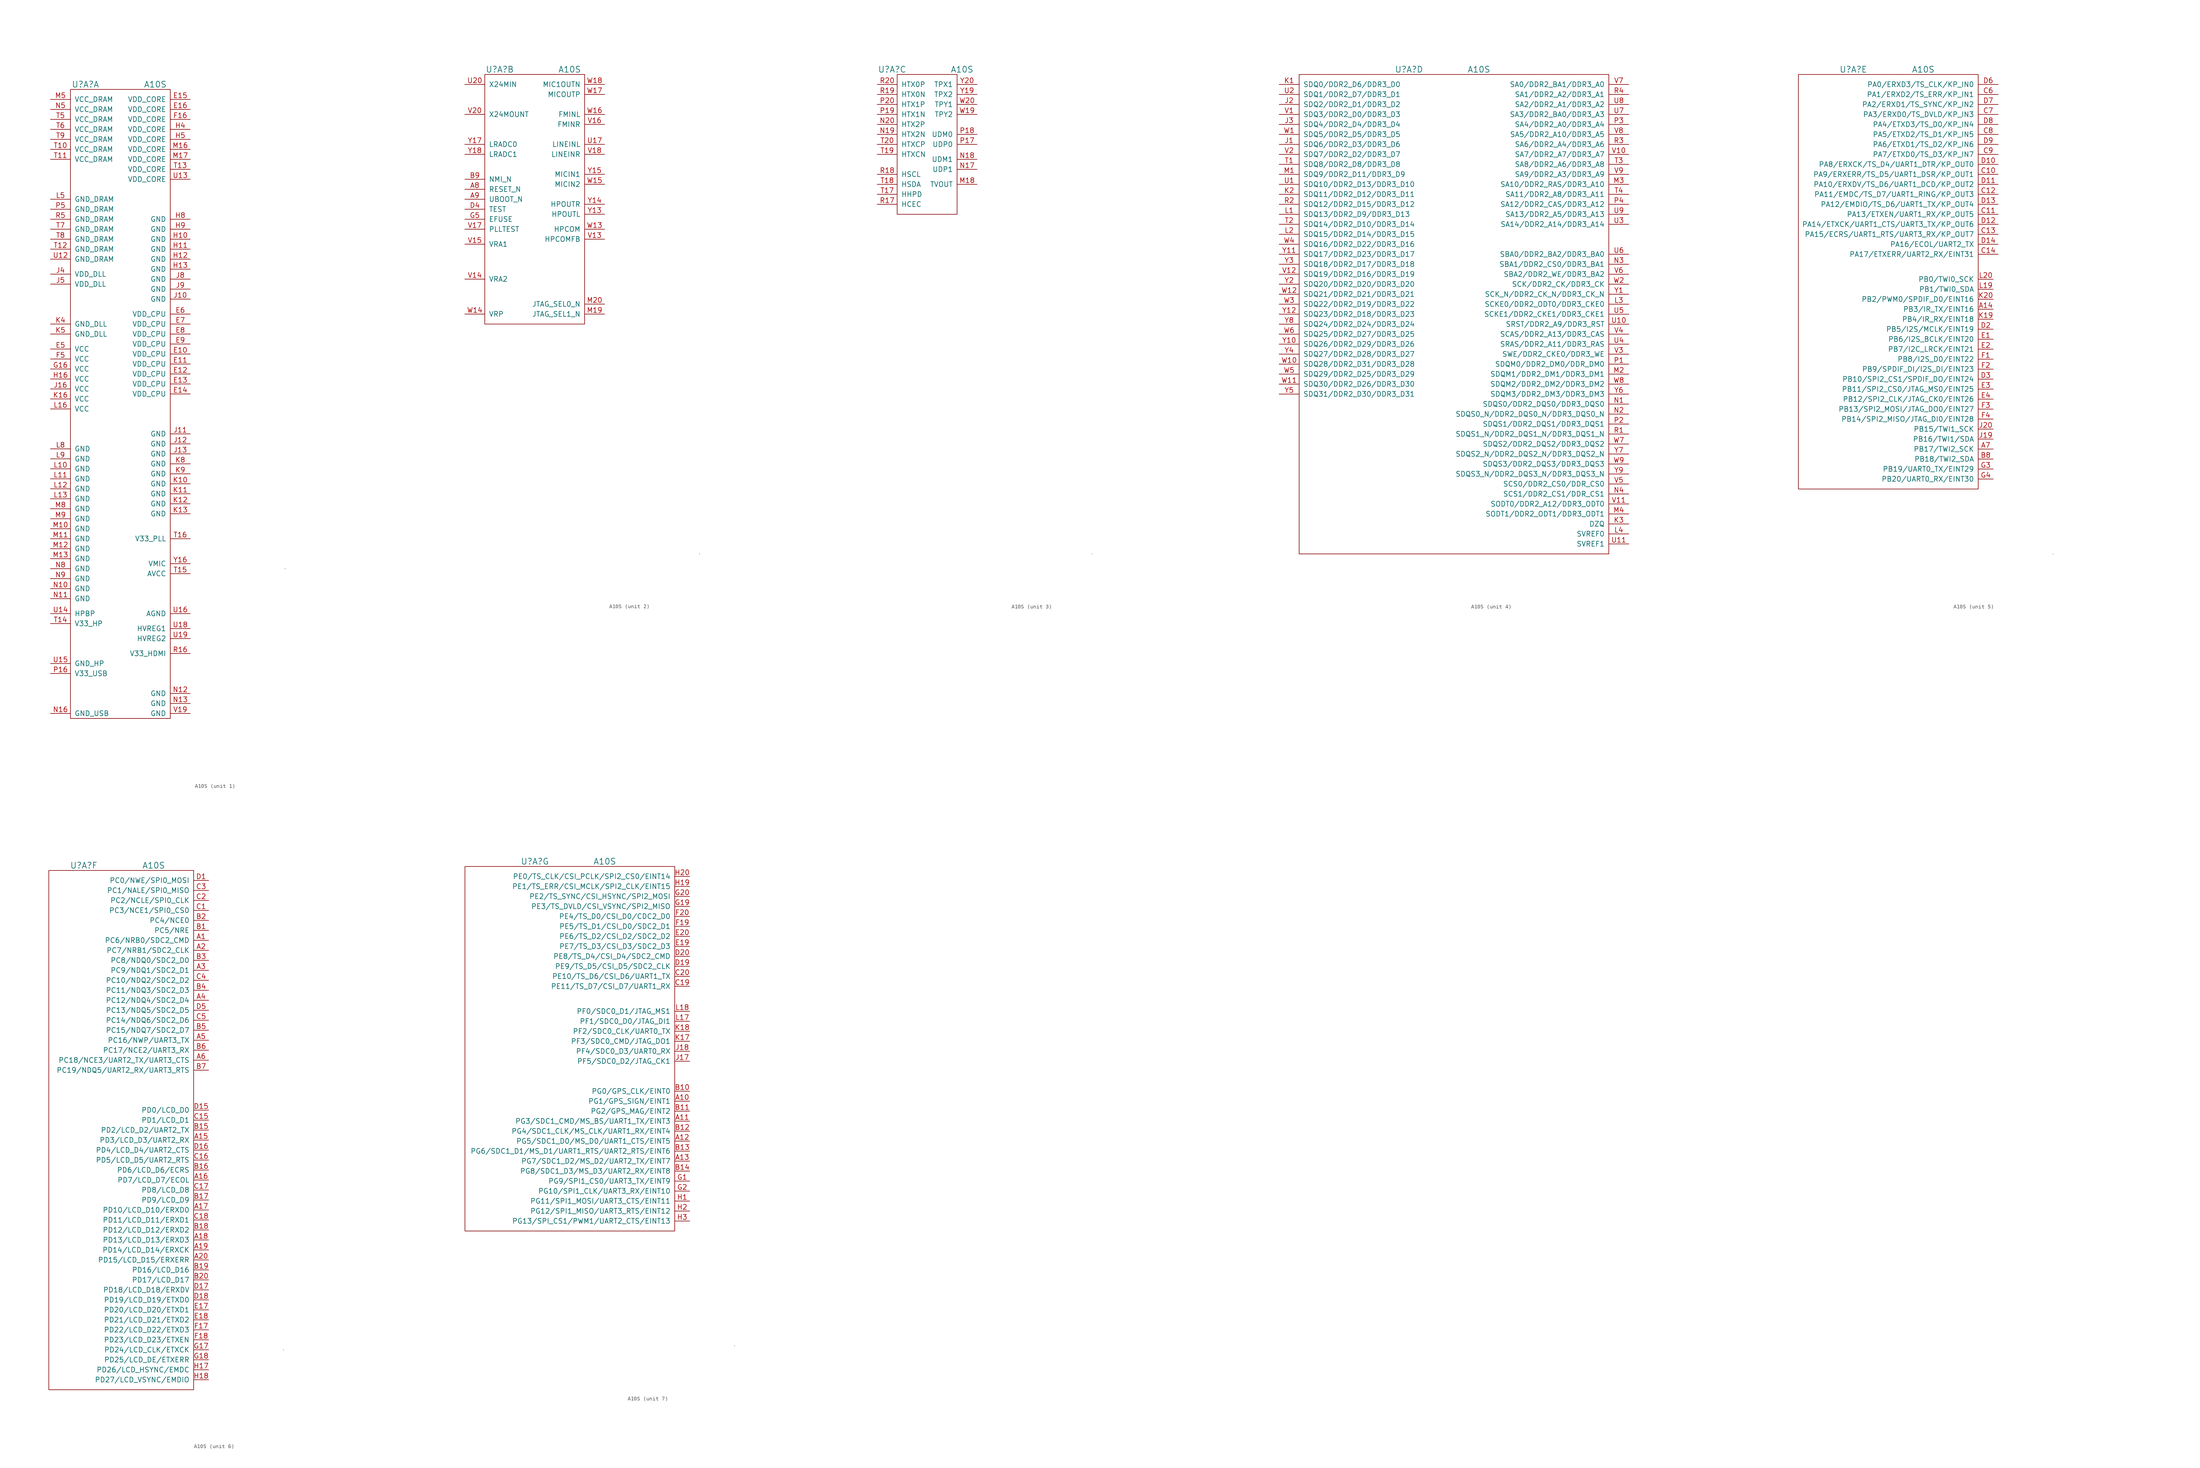
<source format=kicad_sym>
(kicad_symbol_lib
  (version 20211014)
  (generator kicad_symbol_editor)
  (symbol "A10S"
    (pin_names
      (offset 1.016))
    (property "Reference" "U?A"
      (at -8.89 1.27 0)
      (effects (font (size 1.524 1.524))))
    (property "Value" "A10S"
      (at 8.89 1.27 0)
      (effects (font (size 1.524 1.524))))
    (property "Footprint" ""
      (at 66.04 -63.5 0)
      (effects (font (size 1.524 1.524))))
    (property "Datasheet" ""
      (at 66.04 -63.5 0)
      (effects (font (size 1.524 1.524))))
    (property "ki_locked" ""
      (at 0 0 0)
      (effects (font (size 1.27 1.27))))
    (symbol "A10S_0_1"
      (rectangle (start 41.91 -121.92) (end 41.91 -121.92) (stroke (width 0) (type default) (color 0 0 0 0)) (fill (type none))))
    (symbol "A10S_1_1"
      (rectangle (start -12.7 0) (end 12.7 -160.02) (stroke (width 0) (type default) (color 0 0 0 0)) (fill (type none)))
      (pin passive line (at 17.78 -67.31 180) (length 5.08) (name "VDD_CPU" (effects (font (size 1.27 1.27)))) (number "E10" (effects (font (size 1.27 1.27)))))
      (pin passive line (at 17.78 -69.85 180) (length 5.08) (name "VDD_CPU" (effects (font (size 1.27 1.27)))) (number "E11" (effects (font (size 1.27 1.27)))))
      (pin passive line (at 17.78 -72.39 180) (length 5.08) (name "VDD_CPU" (effects (font (size 1.27 1.27)))) (number "E12" (effects (font (size 1.27 1.27)))))
      (pin passive line (at 17.78 -74.93 180) (length 5.08) (name "VDD_CPU" (effects (font (size 1.27 1.27)))) (number "E13" (effects (font (size 1.27 1.27)))))
      (pin passive line (at 17.78 -77.47 180) (length 5.08) (name "VDD_CPU" (effects (font (size 1.27 1.27)))) (number "E14" (effects (font (size 1.27 1.27)))))
      (pin passive line (at 17.78 -2.54 180) (length 5.08) (name "VDD_CORE" (effects (font (size 1.27 1.27)))) (number "E15" (effects (font (size 1.27 1.27)))))
      (pin passive line (at 17.78 -5.08 180) (length 5.08) (name "VDD_CORE" (effects (font (size 1.27 1.27)))) (number "E16" (effects (font (size 1.27 1.27)))))
      (pin passive line (at -17.78 -66.04 0) (length 5.08) (name "VCC" (effects (font (size 1.27 1.27)))) (number "E5" (effects (font (size 1.27 1.27)))))
      (pin passive line (at 17.78 -57.15 180) (length 5.08) (name "VDD_CPU" (effects (font (size 1.27 1.27)))) (number "E6" (effects (font (size 1.27 1.27)))))
      (pin passive line (at 17.78 -59.69 180) (length 5.08) (name "VDD_CPU" (effects (font (size 1.27 1.27)))) (number "E7" (effects (font (size 1.27 1.27)))))
      (pin passive line (at 17.78 -62.23 180) (length 5.08) (name "VDD_CPU" (effects (font (size 1.27 1.27)))) (number "E8" (effects (font (size 1.27 1.27)))))
      (pin passive line (at 17.78 -64.77 180) (length 5.08) (name "VDD_CPU" (effects (font (size 1.27 1.27)))) (number "E9" (effects (font (size 1.27 1.27)))))
      (pin passive line (at 17.78 -7.62 180) (length 5.08) (name "VDD_CORE" (effects (font (size 1.27 1.27)))) (number "F16" (effects (font (size 1.27 1.27)))))
      (pin passive line (at -17.78 -68.58 0) (length 5.08) (name "VCC" (effects (font (size 1.27 1.27)))) (number "F5" (effects (font (size 1.27 1.27)))))
      (pin passive line (at -17.78 -71.12 0) (length 5.08) (name "VCC" (effects (font (size 1.27 1.27)))) (number "G16" (effects (font (size 1.27 1.27)))))
      (pin passive line (at 17.78 -38.1 180) (length 5.08) (name "GND" (effects (font (size 1.27 1.27)))) (number "H10" (effects (font (size 1.27 1.27)))))
      (pin passive line (at 17.78 -40.64 180) (length 5.08) (name "GND" (effects (font (size 1.27 1.27)))) (number "H11" (effects (font (size 1.27 1.27)))))
      (pin passive line (at 17.78 -43.18 180) (length 5.08) (name "GND" (effects (font (size 1.27 1.27)))) (number "H12" (effects (font (size 1.27 1.27)))))
      (pin passive line (at 17.78 -45.72 180) (length 5.08) (name "GND" (effects (font (size 1.27 1.27)))) (number "H13" (effects (font (size 1.27 1.27)))))
      (pin passive line (at -17.78 -73.66 0) (length 5.08) (name "VCC" (effects (font (size 1.27 1.27)))) (number "H16" (effects (font (size 1.27 1.27)))))
      (pin passive line (at 17.78 -10.16 180) (length 5.08) (name "VDD_CORE" (effects (font (size 1.27 1.27)))) (number "H4" (effects (font (size 1.27 1.27)))))
      (pin passive line (at 17.78 -12.7 180) (length 5.08) (name "VDD_CORE" (effects (font (size 1.27 1.27)))) (number "H5" (effects (font (size 1.27 1.27)))))
      (pin passive line (at 17.78 -33.02 180) (length 5.08) (name "GND" (effects (font (size 1.27 1.27)))) (number "H8" (effects (font (size 1.27 1.27)))))
      (pin passive line (at 17.78 -35.56 180) (length 5.08) (name "GND" (effects (font (size 1.27 1.27)))) (number "H9" (effects (font (size 1.27 1.27)))))
      (pin passive line (at 17.78 -53.34 180) (length 5.08) (name "GND" (effects (font (size 1.27 1.27)))) (number "J10" (effects (font (size 1.27 1.27)))))
      (pin passive line (at 17.78 -87.63 180) (length 5.08) (name "GND" (effects (font (size 1.27 1.27)))) (number "J11" (effects (font (size 1.27 1.27)))))
      (pin passive line (at 17.78 -90.17 180) (length 5.08) (name "GND" (effects (font (size 1.27 1.27)))) (number "J12" (effects (font (size 1.27 1.27)))))
      (pin passive line (at 17.78 -92.71 180) (length 5.08) (name "GND" (effects (font (size 1.27 1.27)))) (number "J13" (effects (font (size 1.27 1.27)))))
      (pin passive line (at -17.78 -76.2 0) (length 5.08) (name "VCC" (effects (font (size 1.27 1.27)))) (number "J16" (effects (font (size 1.27 1.27)))))
      (pin passive line (at -17.78 -46.99 0) (length 5.08) (name "VDD_DLL" (effects (font (size 1.27 1.27)))) (number "J4" (effects (font (size 1.27 1.27)))))
      (pin passive line (at -17.78 -49.53 0) (length 5.08) (name "VDD_DLL" (effects (font (size 1.27 1.27)))) (number "J5" (effects (font (size 1.27 1.27)))))
      (pin passive line (at 17.78 -48.26 180) (length 5.08) (name "GND" (effects (font (size 1.27 1.27)))) (number "J8" (effects (font (size 1.27 1.27)))))
      (pin passive line (at 17.78 -50.8 180) (length 5.08) (name "GND" (effects (font (size 1.27 1.27)))) (number "J9" (effects (font (size 1.27 1.27)))))
      (pin passive line (at 17.78 -100.33 180) (length 5.08) (name "GND" (effects (font (size 1.27 1.27)))) (number "K10" (effects (font (size 1.27 1.27)))))
      (pin passive line (at 17.78 -102.87 180) (length 5.08) (name "GND" (effects (font (size 1.27 1.27)))) (number "K11" (effects (font (size 1.27 1.27)))))
      (pin passive line (at 17.78 -105.41 180) (length 5.08) (name "GND" (effects (font (size 1.27 1.27)))) (number "K12" (effects (font (size 1.27 1.27)))))
      (pin passive line (at 17.78 -107.95 180) (length 5.08) (name "GND" (effects (font (size 1.27 1.27)))) (number "K13" (effects (font (size 1.27 1.27)))))
      (pin passive line (at -17.78 -78.74 0) (length 5.08) (name "VCC" (effects (font (size 1.27 1.27)))) (number "K16" (effects (font (size 1.27 1.27)))))
      (pin passive line (at -17.78 -59.69 0) (length 5.08) (name "GND_DLL" (effects (font (size 1.27 1.27)))) (number "K4" (effects (font (size 1.27 1.27)))))
      (pin passive line (at -17.78 -62.23 0) (length 5.08) (name "GND_DLL" (effects (font (size 1.27 1.27)))) (number "K5" (effects (font (size 1.27 1.27)))))
      (pin passive line (at 17.78 -95.25 180) (length 5.08) (name "GND" (effects (font (size 1.27 1.27)))) (number "K8" (effects (font (size 1.27 1.27)))))
      (pin passive line (at 17.78 -97.79 180) (length 5.08) (name "GND" (effects (font (size 1.27 1.27)))) (number "K9" (effects (font (size 1.27 1.27)))))
      (pin passive line (at -17.78 -96.52 0) (length 5.08) (name "GND" (effects (font (size 1.27 1.27)))) (number "L10" (effects (font (size 1.27 1.27)))))
      (pin passive line (at -17.78 -99.06 0) (length 5.08) (name "GND" (effects (font (size 1.27 1.27)))) (number "L11" (effects (font (size 1.27 1.27)))))
      (pin passive line (at -17.78 -101.6 0) (length 5.08) (name "GND" (effects (font (size 1.27 1.27)))) (number "L12" (effects (font (size 1.27 1.27)))))
      (pin passive line (at -17.78 -104.14 0) (length 5.08) (name "GND" (effects (font (size 1.27 1.27)))) (number "L13" (effects (font (size 1.27 1.27)))))
      (pin passive line (at -17.78 -81.28 0) (length 5.08) (name "VCC" (effects (font (size 1.27 1.27)))) (number "L16" (effects (font (size 1.27 1.27)))))
      (pin passive line (at -17.78 -27.94 0) (length 5.08) (name "GND_DRAM" (effects (font (size 1.27 1.27)))) (number "L5" (effects (font (size 1.27 1.27)))))
      (pin passive line (at -17.78 -91.44 0) (length 5.08) (name "GND" (effects (font (size 1.27 1.27)))) (number "L8" (effects (font (size 1.27 1.27)))))
      (pin passive line (at -17.78 -93.98 0) (length 5.08) (name "GND" (effects (font (size 1.27 1.27)))) (number "L9" (effects (font (size 1.27 1.27)))))
      (pin passive line (at -17.78 -111.76 0) (length 5.08) (name "GND" (effects (font (size 1.27 1.27)))) (number "M10" (effects (font (size 1.27 1.27)))))
      (pin passive line (at -17.78 -114.3 0) (length 5.08) (name "GND" (effects (font (size 1.27 1.27)))) (number "M11" (effects (font (size 1.27 1.27)))))
      (pin passive line (at -17.78 -116.84 0) (length 5.08) (name "GND" (effects (font (size 1.27 1.27)))) (number "M12" (effects (font (size 1.27 1.27)))))
      (pin passive line (at -17.78 -119.38 0) (length 5.08) (name "GND" (effects (font (size 1.27 1.27)))) (number "M13" (effects (font (size 1.27 1.27)))))
      (pin passive line (at 17.78 -15.24 180) (length 5.08) (name "VDD_CORE" (effects (font (size 1.27 1.27)))) (number "M16" (effects (font (size 1.27 1.27)))))
      (pin passive line (at 17.78 -17.78 180) (length 5.08) (name "VDD_CORE" (effects (font (size 1.27 1.27)))) (number "M17" (effects (font (size 1.27 1.27)))))
      (pin passive line (at -17.78 -2.54 0) (length 5.08) (name "VCC_DRAM" (effects (font (size 1.27 1.27)))) (number "M5" (effects (font (size 1.27 1.27)))))
      (pin passive line (at -17.78 -106.68 0) (length 5.08) (name "GND" (effects (font (size 1.27 1.27)))) (number "M8" (effects (font (size 1.27 1.27)))))
      (pin passive line (at -17.78 -109.22 0) (length 5.08) (name "GND" (effects (font (size 1.27 1.27)))) (number "M9" (effects (font (size 1.27 1.27)))))
      (pin passive line (at -17.78 -127 0) (length 5.08) (name "GND" (effects (font (size 1.27 1.27)))) (number "N10" (effects (font (size 1.27 1.27)))))
      (pin passive line (at -17.78 -129.54 0) (length 5.08) (name "GND" (effects (font (size 1.27 1.27)))) (number "N11" (effects (font (size 1.27 1.27)))))
      (pin passive line (at 17.78 -153.67 180) (length 5.08) (name "GND" (effects (font (size 1.27 1.27)))) (number "N12" (effects (font (size 1.27 1.27)))))
      (pin passive line (at 17.78 -156.21 180) (length 5.08) (name "GND" (effects (font (size 1.27 1.27)))) (number "N13" (effects (font (size 1.27 1.27)))))
      (pin passive line (at -17.78 -158.75 0) (length 5.08) (name "GND_USB" (effects (font (size 1.27 1.27)))) (number "N16" (effects (font (size 1.27 1.27)))))
      (pin passive line (at -17.78 -5.08 0) (length 5.08) (name "VCC_DRAM" (effects (font (size 1.27 1.27)))) (number "N5" (effects (font (size 1.27 1.27)))))
      (pin passive line (at -17.78 -121.92 0) (length 5.08) (name "GND" (effects (font (size 1.27 1.27)))) (number "N8" (effects (font (size 1.27 1.27)))))
      (pin passive line (at -17.78 -124.46 0) (length 5.08) (name "GND" (effects (font (size 1.27 1.27)))) (number "N9" (effects (font (size 1.27 1.27)))))
      (pin passive line (at -17.78 -148.59 0) (length 5.08) (name "V33_USB" (effects (font (size 1.27 1.27)))) (number "P16" (effects (font (size 1.27 1.27)))))
      (pin passive line (at -17.78 -30.48 0) (length 5.08) (name "GND_DRAM" (effects (font (size 1.27 1.27)))) (number "P5" (effects (font (size 1.27 1.27)))))
      (pin passive line (at 17.78 -143.51 180) (length 5.08) (name "V33_HDMI" (effects (font (size 1.27 1.27)))) (number "R16" (effects (font (size 1.27 1.27)))))
      (pin passive line (at -17.78 -33.02 0) (length 5.08) (name "GND_DRAM" (effects (font (size 1.27 1.27)))) (number "R5" (effects (font (size 1.27 1.27)))))
      (pin passive line (at -17.78 -15.24 0) (length 5.08) (name "VCC_DRAM" (effects (font (size 1.27 1.27)))) (number "T10" (effects (font (size 1.27 1.27)))))
      (pin passive line (at -17.78 -17.78 0) (length 5.08) (name "VCC_DRAM" (effects (font (size 1.27 1.27)))) (number "T11" (effects (font (size 1.27 1.27)))))
      (pin passive line (at -17.78 -40.64 0) (length 5.08) (name "GND_DRAM" (effects (font (size 1.27 1.27)))) (number "T12" (effects (font (size 1.27 1.27)))))
      (pin passive line (at 17.78 -20.32 180) (length 5.08) (name "VDD_CORE" (effects (font (size 1.27 1.27)))) (number "T13" (effects (font (size 1.27 1.27)))))
      (pin passive line (at -17.78 -135.89 0) (length 5.08) (name "V33_HP" (effects (font (size 1.27 1.27)))) (number "T14" (effects (font (size 1.27 1.27)))))
      (pin passive line (at 17.78 -123.19 180) (length 5.08) (name "AVCC" (effects (font (size 1.27 1.27)))) (number "T15" (effects (font (size 1.27 1.27)))))
      (pin passive line (at 17.78 -114.3 180) (length 5.08) (name "V33_PLL" (effects (font (size 1.27 1.27)))) (number "T16" (effects (font (size 1.27 1.27)))))
      (pin passive line (at -17.78 -7.62 0) (length 5.08) (name "VCC_DRAM" (effects (font (size 1.27 1.27)))) (number "T5" (effects (font (size 1.27 1.27)))))
      (pin passive line (at -17.78 -10.16 0) (length 5.08) (name "VCC_DRAM" (effects (font (size 1.27 1.27)))) (number "T6" (effects (font (size 1.27 1.27)))))
      (pin passive line (at -17.78 -35.56 0) (length 5.08) (name "GND_DRAM" (effects (font (size 1.27 1.27)))) (number "T7" (effects (font (size 1.27 1.27)))))
      (pin passive line (at -17.78 -38.1 0) (length 5.08) (name "GND_DRAM" (effects (font (size 1.27 1.27)))) (number "T8" (effects (font (size 1.27 1.27)))))
      (pin passive line (at -17.78 -12.7 0) (length 5.08) (name "VCC_DRAM" (effects (font (size 1.27 1.27)))) (number "T9" (effects (font (size 1.27 1.27)))))
      (pin passive line (at -17.78 -43.18 0) (length 5.08) (name "GND_DRAM" (effects (font (size 1.27 1.27)))) (number "U12" (effects (font (size 1.27 1.27)))))
      (pin passive line (at 17.78 -22.86 180) (length 5.08) (name "VDD_CORE" (effects (font (size 1.27 1.27)))) (number "U13" (effects (font (size 1.27 1.27)))))
      (pin passive line (at -17.78 -133.35 0) (length 5.08) (name "HPBP" (effects (font (size 1.27 1.27)))) (number "U14" (effects (font (size 1.27 1.27)))))
      (pin passive line (at -17.78 -146.05 0) (length 5.08) (name "GND_HP" (effects (font (size 1.27 1.27)))) (number "U15" (effects (font (size 1.27 1.27)))))
      (pin passive line (at 17.78 -133.35 180) (length 5.08) (name "AGND" (effects (font (size 1.27 1.27)))) (number "U16" (effects (font (size 1.27 1.27)))))
      (pin passive line (at 17.78 -137.16 180) (length 5.08) (name "HVREG1" (effects (font (size 1.27 1.27)))) (number "U18" (effects (font (size 1.27 1.27)))))
      (pin passive line (at 17.78 -139.7 180) (length 5.08) (name "HVREG2" (effects (font (size 1.27 1.27)))) (number "U19" (effects (font (size 1.27 1.27)))))
      (pin passive line (at 17.78 -158.75 180) (length 5.08) (name "GND" (effects (font (size 1.27 1.27)))) (number "V19" (effects (font (size 1.27 1.27)))))
      (pin passive line (at 17.78 -120.65 180) (length 5.08) (name "VMIC" (effects (font (size 1.27 1.27)))) (number "Y16" (effects (font (size 1.27 1.27))))))
    (symbol "A10S_2_1"
      (rectangle (start -12.7 0) (end 12.7 -63.5) (stroke (width 0) (type default) (color 0 0 0 0)) (fill (type none)))
      (pin passive line (at -17.78 -29.21 0) (length 5.08) (name "RESET_N" (effects (font (size 1.27 1.27)))) (number "A8" (effects (font (size 1.27 1.27)))))
      (pin passive line (at -17.78 -31.75 0) (length 5.08) (name "UBOOT_N" (effects (font (size 1.27 1.27)))) (number "A9" (effects (font (size 1.27 1.27)))))
      (pin passive line (at -17.78 -26.67 0) (length 5.08) (name "NMI_N" (effects (font (size 1.27 1.27)))) (number "B9" (effects (font (size 1.27 1.27)))))
      (pin passive line (at -17.78 -34.29 0) (length 5.08) (name "TEST" (effects (font (size 1.27 1.27)))) (number "D4" (effects (font (size 1.27 1.27)))))
      (pin passive line (at -17.78 -36.83 0) (length 5.08) (name "EFUSE" (effects (font (size 1.27 1.27)))) (number "G5" (effects (font (size 1.27 1.27)))))
      (pin passive line (at 17.78 -60.96 180) (length 5.08) (name "JTAG_SEL1_N" (effects (font (size 1.27 1.27)))) (number "M19" (effects (font (size 1.27 1.27)))))
      (pin passive line (at 17.78 -58.42 180) (length 5.08) (name "JTAG_SEL0_N" (effects (font (size 1.27 1.27)))) (number "M20" (effects (font (size 1.27 1.27)))))
      (pin passive line (at 17.78 -17.78 180) (length 5.08) (name "LINEINL" (effects (font (size 1.27 1.27)))) (number "U17" (effects (font (size 1.27 1.27)))))
      (pin passive line (at -17.78 -2.54 0) (length 5.08) (name "X24MIN" (effects (font (size 1.27 1.27)))) (number "U20" (effects (font (size 1.27 1.27)))))
      (pin passive line (at 17.78 -41.91 180) (length 5.08) (name "HPCOMFB" (effects (font (size 1.27 1.27)))) (number "V13" (effects (font (size 1.27 1.27)))))
      (pin passive line (at -17.78 -52.07 0) (length 5.08) (name "VRA2" (effects (font (size 1.27 1.27)))) (number "V14" (effects (font (size 1.27 1.27)))))
      (pin passive line (at -17.78 -43.18 0) (length 5.08) (name "VRA1" (effects (font (size 1.27 1.27)))) (number "V15" (effects (font (size 1.27 1.27)))))
      (pin passive line (at 17.78 -12.7 180) (length 5.08) (name "FMINR" (effects (font (size 1.27 1.27)))) (number "V16" (effects (font (size 1.27 1.27)))))
      (pin passive line (at -17.78 -39.37 0) (length 5.08) (name "PLLTEST" (effects (font (size 1.27 1.27)))) (number "V17" (effects (font (size 1.27 1.27)))))
      (pin passive line (at 17.78 -20.32 180) (length 5.08) (name "LINEINR" (effects (font (size 1.27 1.27)))) (number "V18" (effects (font (size 1.27 1.27)))))
      (pin passive line (at -17.78 -10.16 0) (length 5.08) (name "X24MOUNT" (effects (font (size 1.27 1.27)))) (number "V20" (effects (font (size 1.27 1.27)))))
      (pin passive line (at 17.78 -39.37 180) (length 5.08) (name "HPCOM" (effects (font (size 1.27 1.27)))) (number "W13" (effects (font (size 1.27 1.27)))))
      (pin passive line (at -17.78 -60.96 0) (length 5.08) (name "VRP" (effects (font (size 1.27 1.27)))) (number "W14" (effects (font (size 1.27 1.27)))))
      (pin passive line (at 17.78 -27.94 180) (length 5.08) (name "MICIN2" (effects (font (size 1.27 1.27)))) (number "W15" (effects (font (size 1.27 1.27)))))
      (pin passive line (at 17.78 -10.16 180) (length 5.08) (name "FMINL" (effects (font (size 1.27 1.27)))) (number "W16" (effects (font (size 1.27 1.27)))))
      (pin passive line (at 17.78 -5.08 180) (length 5.08) (name "MICOUTP" (effects (font (size 1.27 1.27)))) (number "W17" (effects (font (size 1.27 1.27)))))
      (pin passive line (at 17.78 -2.54 180) (length 5.08) (name "MIC1OUTN" (effects (font (size 1.27 1.27)))) (number "W18" (effects (font (size 1.27 1.27)))))
      (pin passive line (at 17.78 -35.56 180) (length 5.08) (name "HPOUTL" (effects (font (size 1.27 1.27)))) (number "Y13" (effects (font (size 1.27 1.27)))))
      (pin passive line (at 17.78 -33.02 180) (length 5.08) (name "HPOUTR" (effects (font (size 1.27 1.27)))) (number "Y14" (effects (font (size 1.27 1.27)))))
      (pin passive line (at 17.78 -25.4 180) (length 5.08) (name "MICIN1" (effects (font (size 1.27 1.27)))) (number "Y15" (effects (font (size 1.27 1.27)))))
      (pin passive line (at -17.78 -17.78 0) (length 5.08) (name "LRADC0" (effects (font (size 1.27 1.27)))) (number "Y17" (effects (font (size 1.27 1.27)))))
      (pin passive line (at -17.78 -20.32 0) (length 5.08) (name "LRADC1" (effects (font (size 1.27 1.27)))) (number "Y18" (effects (font (size 1.27 1.27))))))
    (symbol "A10S_3_1"
      (rectangle (start -7.62 0) (end 7.62 -35.56) (stroke (width 0) (type default) (color 0 0 0 0)) (fill (type none)))
      (pin passive line (at 12.7 -27.94 180) (length 5.08) (name "TVOUT" (effects (font (size 1.27 1.27)))) (number "M18" (effects (font (size 1.27 1.27)))))
      (pin passive line (at 12.7 -24.13 180) (length 5.08) (name "UDP1" (effects (font (size 1.27 1.27)))) (number "N17" (effects (font (size 1.27 1.27)))))
      (pin passive line (at 12.7 -21.59 180) (length 5.08) (name "UDM1" (effects (font (size 1.27 1.27)))) (number "N18" (effects (font (size 1.27 1.27)))))
      (pin passive line (at -12.7 -15.24 0) (length 5.08) (name "HTX2N" (effects (font (size 1.27 1.27)))) (number "N19" (effects (font (size 1.27 1.27)))))
      (pin passive line (at -12.7 -12.7 0) (length 5.08) (name "HTX2P" (effects (font (size 1.27 1.27)))) (number "N20" (effects (font (size 1.27 1.27)))))
      (pin passive line (at 12.7 -17.78 180) (length 5.08) (name "UDP0" (effects (font (size 1.27 1.27)))) (number "P17" (effects (font (size 1.27 1.27)))))
      (pin passive line (at 12.7 -15.24 180) (length 5.08) (name "UDM0" (effects (font (size 1.27 1.27)))) (number "P18" (effects (font (size 1.27 1.27)))))
      (pin passive line (at -12.7 -10.16 0) (length 5.08) (name "HTX1N" (effects (font (size 1.27 1.27)))) (number "P19" (effects (font (size 1.27 1.27)))))
      (pin passive line (at -12.7 -7.62 0) (length 5.08) (name "HTX1P" (effects (font (size 1.27 1.27)))) (number "P20" (effects (font (size 1.27 1.27)))))
      (pin passive line (at -12.7 -33.02 0) (length 5.08) (name "HCEC" (effects (font (size 1.27 1.27)))) (number "R17" (effects (font (size 1.27 1.27)))))
      (pin passive line (at -12.7 -25.4 0) (length 5.08) (name "HSCL" (effects (font (size 1.27 1.27)))) (number "R18" (effects (font (size 1.27 1.27)))))
      (pin passive line (at -12.7 -5.08 0) (length 5.08) (name "HTX0N" (effects (font (size 1.27 1.27)))) (number "R19" (effects (font (size 1.27 1.27)))))
      (pin passive line (at -12.7 -2.54 0) (length 5.08) (name "HTX0P" (effects (font (size 1.27 1.27)))) (number "R20" (effects (font (size 1.27 1.27)))))
      (pin passive line (at -12.7 -30.48 0) (length 5.08) (name "HHPD" (effects (font (size 1.27 1.27)))) (number "T17" (effects (font (size 1.27 1.27)))))
      (pin passive line (at -12.7 -27.94 0) (length 5.08) (name "HSDA" (effects (font (size 1.27 1.27)))) (number "T18" (effects (font (size 1.27 1.27)))))
      (pin passive line (at -12.7 -20.32 0) (length 5.08) (name "HTXCN" (effects (font (size 1.27 1.27)))) (number "T19" (effects (font (size 1.27 1.27)))))
      (pin passive line (at -12.7 -17.78 0) (length 5.08) (name "HTXCP" (effects (font (size 1.27 1.27)))) (number "T20" (effects (font (size 1.27 1.27)))))
      (pin passive line (at 12.7 -10.16 180) (length 5.08) (name "TPY2" (effects (font (size 1.27 1.27)))) (number "W19" (effects (font (size 1.27 1.27)))))
      (pin passive line (at 12.7 -7.62 180) (length 5.08) (name "TPY1" (effects (font (size 1.27 1.27)))) (number "W20" (effects (font (size 1.27 1.27)))))
      (pin passive line (at 12.7 -5.08 180) (length 5.08) (name "TPX2" (effects (font (size 1.27 1.27)))) (number "Y19" (effects (font (size 1.27 1.27)))))
      (pin passive line (at 12.7 -2.54 180) (length 5.08) (name "TPX1" (effects (font (size 1.27 1.27)))) (number "Y20" (effects (font (size 1.27 1.27))))))
    (symbol "A10S_4_1"
      (rectangle (start -36.83 0) (end 41.91 -121.92) (stroke (width 0) (type default) (color 0 0 0 0)) (fill (type none)))
      (pin passive line (at -41.91 -17.78 0) (length 5.08) (name "SDQ6/DDR2_D3/DDR3_D6" (effects (font (size 1.27 1.27)))) (number "J1" (effects (font (size 1.27 1.27)))))
      (pin passive line (at -41.91 -7.62 0) (length 5.08) (name "SDQ2/DDR2_D1/DDR3_D2" (effects (font (size 1.27 1.27)))) (number "J2" (effects (font (size 1.27 1.27)))))
      (pin passive line (at -41.91 -12.7 0) (length 5.08) (name "SDQ4/DDR2_D4/DDR3_D4" (effects (font (size 1.27 1.27)))) (number "J3" (effects (font (size 1.27 1.27)))))
      (pin passive line (at -41.91 -2.54 0) (length 5.08) (name "SDQ0/DDR2_D6/DDR3_D0" (effects (font (size 1.27 1.27)))) (number "K1" (effects (font (size 1.27 1.27)))))
      (pin passive line (at -41.91 -30.48 0) (length 5.08) (name "SDQ11/DDR2_D12/DDR3_D11" (effects (font (size 1.27 1.27)))) (number "K2" (effects (font (size 1.27 1.27)))))
      (pin passive line (at 46.99 -114.3 180) (length 5.08) (name "DZQ" (effects (font (size 1.27 1.27)))) (number "K3" (effects (font (size 1.27 1.27)))))
      (pin passive line (at -41.91 -35.56 0) (length 5.08) (name "SDQ13/DDR2_D9/DDR3_D13" (effects (font (size 1.27 1.27)))) (number "L1" (effects (font (size 1.27 1.27)))))
      (pin passive line (at -41.91 -40.64 0) (length 5.08) (name "SDQ15/DDR2_D14/DDR3_D15" (effects (font (size 1.27 1.27)))) (number "L2" (effects (font (size 1.27 1.27)))))
      (pin passive line (at 46.99 -58.42 180) (length 5.08) (name "SCKE0/DDR2_ODT0/DDR3_CKE0" (effects (font (size 1.27 1.27)))) (number "L3" (effects (font (size 1.27 1.27)))))
      (pin passive line (at 46.99 -116.84 180) (length 5.08) (name "SVREF0" (effects (font (size 1.27 1.27)))) (number "L4" (effects (font (size 1.27 1.27)))))
      (pin passive line (at -41.91 -25.4 0) (length 5.08) (name "SDQ9/DDR2_D11/DDR3_D9" (effects (font (size 1.27 1.27)))) (number "M1" (effects (font (size 1.27 1.27)))))
      (pin passive line (at 46.99 -76.2 180) (length 5.08) (name "SDQM1/DDR2_DM1/DDR3_DM1" (effects (font (size 1.27 1.27)))) (number "M2" (effects (font (size 1.27 1.27)))))
      (pin passive line (at 46.99 -27.94 180) (length 5.08) (name "SA10/DDR2_RAS/DDR3_A10" (effects (font (size 1.27 1.27)))) (number "M3" (effects (font (size 1.27 1.27)))))
      (pin passive line (at 46.99 -111.76 180) (length 5.08) (name "SODT1/DDR2_ODT1/DDR3_ODT1" (effects (font (size 1.27 1.27)))) (number "M4" (effects (font (size 1.27 1.27)))))
      (pin passive line (at 46.99 -83.82 180) (length 5.08) (name "SDQS0/DDR2_DQS0/DDR3_DQS0" (effects (font (size 1.27 1.27)))) (number "N1" (effects (font (size 1.27 1.27)))))
      (pin passive line (at 46.99 -86.36 180) (length 5.08) (name "SDQS0_N/DDR2_DQS0_N/DDR3_DQS0_N" (effects (font (size 1.27 1.27)))) (number "N2" (effects (font (size 1.27 1.27)))))
      (pin passive line (at 46.99 -48.26 180) (length 5.08) (name "SBA1/DDR2_CS0/DDR3_BA1" (effects (font (size 1.27 1.27)))) (number "N3" (effects (font (size 1.27 1.27)))))
      (pin passive line (at 46.99 -106.68 180) (length 5.08) (name "SCS1/DDR2_CS1/DDR_CS1" (effects (font (size 1.27 1.27)))) (number "N4" (effects (font (size 1.27 1.27)))))
      (pin passive line (at 46.99 -73.66 180) (length 5.08) (name "SDQM0/DDR2_DM0/DDR_DM0" (effects (font (size 1.27 1.27)))) (number "P1" (effects (font (size 1.27 1.27)))))
      (pin passive line (at 46.99 -88.9 180) (length 5.08) (name "SDQS1/DDR2_DQS1/DDR3_DQS1" (effects (font (size 1.27 1.27)))) (number "P2" (effects (font (size 1.27 1.27)))))
      (pin passive line (at 46.99 -12.7 180) (length 5.08) (name "SA4/DDR2_A0/DDR3_A4" (effects (font (size 1.27 1.27)))) (number "P3" (effects (font (size 1.27 1.27)))))
      (pin passive line (at 46.99 -33.02 180) (length 5.08) (name "SA12/DDR2_CAS/DDR3_A12" (effects (font (size 1.27 1.27)))) (number "P4" (effects (font (size 1.27 1.27)))))
      (pin passive line (at 46.99 -91.44 180) (length 5.08) (name "SDQS1_N/DDR2_DQS1_N/DDR3_DQS1_N" (effects (font (size 1.27 1.27)))) (number "R1" (effects (font (size 1.27 1.27)))))
      (pin passive line (at -41.91 -33.02 0) (length 5.08) (name "SDQ12/DDR2_D15/DDR3_D12" (effects (font (size 1.27 1.27)))) (number "R2" (effects (font (size 1.27 1.27)))))
      (pin passive line (at 46.99 -17.78 180) (length 5.08) (name "SA6/DDR2_A4/DDR3_A6" (effects (font (size 1.27 1.27)))) (number "R3" (effects (font (size 1.27 1.27)))))
      (pin passive line (at 46.99 -5.08 180) (length 5.08) (name "SA1/DDR2_A2/DDR3_A1" (effects (font (size 1.27 1.27)))) (number "R4" (effects (font (size 1.27 1.27)))))
      (pin passive line (at -41.91 -22.86 0) (length 5.08) (name "SDQ8/DDR2_D8/DDR3_D8" (effects (font (size 1.27 1.27)))) (number "T1" (effects (font (size 1.27 1.27)))))
      (pin passive line (at -41.91 -38.1 0) (length 5.08) (name "SDQ14/DDR2_D10/DDR3_D14" (effects (font (size 1.27 1.27)))) (number "T2" (effects (font (size 1.27 1.27)))))
      (pin passive line (at 46.99 -22.86 180) (length 5.08) (name "SA8/DDR2_A6/DDR3_A8" (effects (font (size 1.27 1.27)))) (number "T3" (effects (font (size 1.27 1.27)))))
      (pin passive line (at 46.99 -30.48 180) (length 5.08) (name "SA11/DDR2_A8/DDR3_A11" (effects (font (size 1.27 1.27)))) (number "T4" (effects (font (size 1.27 1.27)))))
      (pin passive line (at -41.91 -27.94 0) (length 5.08) (name "SDQ10/DDR2_D13/DDR3_D10" (effects (font (size 1.27 1.27)))) (number "U1" (effects (font (size 1.27 1.27)))))
      (pin passive line (at 46.99 -63.5 180) (length 5.08) (name "SRST/DDR2_A9/DDR3_RST" (effects (font (size 1.27 1.27)))) (number "U10" (effects (font (size 1.27 1.27)))))
      (pin passive line (at 46.99 -119.38 180) (length 5.08) (name "SVREF1" (effects (font (size 1.27 1.27)))) (number "U11" (effects (font (size 1.27 1.27)))))
      (pin passive line (at -41.91 -5.08 0) (length 5.08) (name "SDQ1/DDR2_D7/DDR3_D1" (effects (font (size 1.27 1.27)))) (number "U2" (effects (font (size 1.27 1.27)))))
      (pin passive line (at 46.99 -38.1 180) (length 5.08) (name "SA14/DDR2_A14/DDR3_A14" (effects (font (size 1.27 1.27)))) (number "U3" (effects (font (size 1.27 1.27)))))
      (pin passive line (at 46.99 -68.58 180) (length 5.08) (name "SRAS/DDR2_A11/DDR3_RAS" (effects (font (size 1.27 1.27)))) (number "U4" (effects (font (size 1.27 1.27)))))
      (pin passive line (at 46.99 -60.96 180) (length 5.08) (name "SCKE1/DDR2_CKE1/DDR3_CKE1" (effects (font (size 1.27 1.27)))) (number "U5" (effects (font (size 1.27 1.27)))))
      (pin passive line (at 46.99 -45.72 180) (length 5.08) (name "SBA0/DDR2_BA2/DDR3_BA0" (effects (font (size 1.27 1.27)))) (number "U6" (effects (font (size 1.27 1.27)))))
      (pin passive line (at 46.99 -10.16 180) (length 5.08) (name "SA3/DDR2_BA0/DDR3_A3" (effects (font (size 1.27 1.27)))) (number "U7" (effects (font (size 1.27 1.27)))))
      (pin passive line (at 46.99 -7.62 180) (length 5.08) (name "SA2/DDR2_A1/DDR3_A2" (effects (font (size 1.27 1.27)))) (number "U8" (effects (font (size 1.27 1.27)))))
      (pin passive line (at 46.99 -35.56 180) (length 5.08) (name "SA13/DDR2_A5/DDR3_A13" (effects (font (size 1.27 1.27)))) (number "U9" (effects (font (size 1.27 1.27)))))
      (pin passive line (at -41.91 -10.16 0) (length 5.08) (name "SDQ3/DDR2_D0/DDR3_D3" (effects (font (size 1.27 1.27)))) (number "V1" (effects (font (size 1.27 1.27)))))
      (pin passive line (at 46.99 -20.32 180) (length 5.08) (name "SA7/DDR2_A7/DDR3_A7" (effects (font (size 1.27 1.27)))) (number "V10" (effects (font (size 1.27 1.27)))))
      (pin passive line (at 46.99 -109.22 180) (length 5.08) (name "SODT0/DDR2_A12/DDR3_ODT0" (effects (font (size 1.27 1.27)))) (number "V11" (effects (font (size 1.27 1.27)))))
      (pin passive line (at -41.91 -50.8 0) (length 5.08) (name "SDQ19/DDR2_D16/DDR3_D19" (effects (font (size 1.27 1.27)))) (number "V12" (effects (font (size 1.27 1.27)))))
      (pin passive line (at -41.91 -20.32 0) (length 5.08) (name "SDQ7/DDR2_D2/DDR3_D7" (effects (font (size 1.27 1.27)))) (number "V2" (effects (font (size 1.27 1.27)))))
      (pin passive line (at 46.99 -71.12 180) (length 5.08) (name "SWE/DDR2_CKE0/DDR3_WE" (effects (font (size 1.27 1.27)))) (number "V3" (effects (font (size 1.27 1.27)))))
      (pin passive line (at 46.99 -66.04 180) (length 5.08) (name "SCAS/DDR2_A13/DDR3_CAS" (effects (font (size 1.27 1.27)))) (number "V4" (effects (font (size 1.27 1.27)))))
      (pin passive line (at 46.99 -104.14 180) (length 5.08) (name "SCS0/DDR2_CS0/DDR_CS0" (effects (font (size 1.27 1.27)))) (number "V5" (effects (font (size 1.27 1.27)))))
      (pin passive line (at 46.99 -50.8 180) (length 5.08) (name "SBA2/DDR2_WE/DDR3_BA2" (effects (font (size 1.27 1.27)))) (number "V6" (effects (font (size 1.27 1.27)))))
      (pin passive line (at 46.99 -2.54 180) (length 5.08) (name "SA0/DDR2_BA1/DDR3_A0" (effects (font (size 1.27 1.27)))) (number "V7" (effects (font (size 1.27 1.27)))))
      (pin passive line (at 46.99 -15.24 180) (length 5.08) (name "SA5/DDR2_A10/DDR3_A5" (effects (font (size 1.27 1.27)))) (number "V8" (effects (font (size 1.27 1.27)))))
      (pin passive line (at 46.99 -25.4 180) (length 5.08) (name "SA9/DDR2_A3/DDR3_A9" (effects (font (size 1.27 1.27)))) (number "V9" (effects (font (size 1.27 1.27)))))
      (pin passive line (at -41.91 -15.24 0) (length 5.08) (name "SDQ5/DDR2_D5/DDR3_D5" (effects (font (size 1.27 1.27)))) (number "W1" (effects (font (size 1.27 1.27)))))
      (pin passive line (at -41.91 -73.66 0) (length 5.08) (name "SDQ28/DDR2_D31/DDR3_D28" (effects (font (size 1.27 1.27)))) (number "W10" (effects (font (size 1.27 1.27)))))
      (pin passive line (at -41.91 -78.74 0) (length 5.08) (name "SDQ30/DDR2_D26/DDR3_D30" (effects (font (size 1.27 1.27)))) (number "W11" (effects (font (size 1.27 1.27)))))
      (pin passive line (at -41.91 -55.88 0) (length 5.08) (name "SDQ21/DDR2_D21/DDR3_D21" (effects (font (size 1.27 1.27)))) (number "W12" (effects (font (size 1.27 1.27)))))
      (pin passive line (at 46.99 -53.34 180) (length 5.08) (name "SCK/DDR2_CK/DDR3_CK" (effects (font (size 1.27 1.27)))) (number "W2" (effects (font (size 1.27 1.27)))))
      (pin passive line (at -41.91 -58.42 0) (length 5.08) (name "SDQ22/DDR2_D19/DDR3_D22" (effects (font (size 1.27 1.27)))) (number "W3" (effects (font (size 1.27 1.27)))))
      (pin passive line (at -41.91 -43.18 0) (length 5.08) (name "SDQ16/DDR2_D22/DDR3_D16" (effects (font (size 1.27 1.27)))) (number "W4" (effects (font (size 1.27 1.27)))))
      (pin passive line (at -41.91 -76.2 0) (length 5.08) (name "SDQ29/DDR2_D25/DDR3_D29" (effects (font (size 1.27 1.27)))) (number "W5" (effects (font (size 1.27 1.27)))))
      (pin passive line (at -41.91 -66.04 0) (length 5.08) (name "SDQ25/DDR2_D27/DDR3_D25" (effects (font (size 1.27 1.27)))) (number "W6" (effects (font (size 1.27 1.27)))))
      (pin passive line (at 46.99 -93.98 180) (length 5.08) (name "SDQS2/DDR2_DQS2/DDR3_DQS2" (effects (font (size 1.27 1.27)))) (number "W7" (effects (font (size 1.27 1.27)))))
      (pin passive line (at 46.99 -78.74 180) (length 5.08) (name "SDQM2/DDR2_DM2/DDR3_DM2" (effects (font (size 1.27 1.27)))) (number "W8" (effects (font (size 1.27 1.27)))))
      (pin passive line (at 46.99 -99.06 180) (length 5.08) (name "SDQS3/DDR2_DQS3/DDR3_DQS3" (effects (font (size 1.27 1.27)))) (number "W9" (effects (font (size 1.27 1.27)))))
      (pin passive line (at 46.99 -55.88 180) (length 5.08) (name "SCK_N/DDR2_CK_N/DDR3_CK_N" (effects (font (size 1.27 1.27)))) (number "Y1" (effects (font (size 1.27 1.27)))))
      (pin passive line (at -41.91 -68.58 0) (length 5.08) (name "SDQ26/DDR2_D29/DDR3_D26" (effects (font (size 1.27 1.27)))) (number "Y10" (effects (font (size 1.27 1.27)))))
      (pin passive line (at -41.91 -45.72 0) (length 5.08) (name "SDQ17/DDR2_D23/DDR3_D17" (effects (font (size 1.27 1.27)))) (number "Y11" (effects (font (size 1.27 1.27)))))
      (pin passive line (at -41.91 -60.96 0) (length 5.08) (name "SDQ23/DDR2_D18/DDR3_D23" (effects (font (size 1.27 1.27)))) (number "Y12" (effects (font (size 1.27 1.27)))))
      (pin passive line (at -41.91 -53.34 0) (length 5.08) (name "SDQ20/DDR2_D20/DDR3_D20" (effects (font (size 1.27 1.27)))) (number "Y2" (effects (font (size 1.27 1.27)))))
      (pin passive line (at -41.91 -48.26 0) (length 5.08) (name "SDQ18/DDR2_D17/DDR3_D18" (effects (font (size 1.27 1.27)))) (number "Y3" (effects (font (size 1.27 1.27)))))
      (pin passive line (at -41.91 -71.12 0) (length 5.08) (name "SDQ27/DDR2_D28/DDR3_D27" (effects (font (size 1.27 1.27)))) (number "Y4" (effects (font (size 1.27 1.27)))))
      (pin passive line (at -41.91 -81.28 0) (length 5.08) (name "SDQ31/DDR2_D30/DDR3_D31" (effects (font (size 1.27 1.27)))) (number "Y5" (effects (font (size 1.27 1.27)))))
      (pin passive line (at 46.99 -81.28 180) (length 5.08) (name "SDQM3/DDR2_DM3/DDR3_DM3" (effects (font (size 1.27 1.27)))) (number "Y6" (effects (font (size 1.27 1.27)))))
      (pin passive line (at 46.99 -96.52 180) (length 5.08) (name "SDQS2_N/DDR2_DQS2_N/DDR3_DQS2_N" (effects (font (size 1.27 1.27)))) (number "Y7" (effects (font (size 1.27 1.27)))))
      (pin passive line (at -41.91 -63.5 0) (length 5.08) (name "SDQ24/DDR2_D24/DDR3_D24" (effects (font (size 1.27 1.27)))) (number "Y8" (effects (font (size 1.27 1.27)))))
      (pin passive line (at 46.99 -101.6 180) (length 5.08) (name "SDQS3_N/DDR2_DQS3_N/DDR3_DQS3_N" (effects (font (size 1.27 1.27)))) (number "Y9" (effects (font (size 1.27 1.27))))))
    (symbol "A10S_5_1"
      (rectangle (start 22.86 0) (end -22.86 -105.41) (stroke (width 0) (type default) (color 0 0 0 0)) (fill (type none)))
      (pin passive line (at 26.67 -59.69 180) (length 3.81) (name "PB3/IR_TX/EINT16" (effects (font (size 1.27 1.27)))) (number "A14" (effects (font (size 1.27 1.27)))))
      (pin passive line (at 26.67 -95.25 180) (length 3.81) (name "PB17/TWI2_SCK" (effects (font (size 1.27 1.27)))) (number "A7" (effects (font (size 1.27 1.27)))))
      (pin passive line (at 26.67 -97.79 180) (length 3.81) (name "PB18/TWI2_SDA" (effects (font (size 1.27 1.27)))) (number "B8" (effects (font (size 1.27 1.27)))))
      (pin passive line (at 27.94 -25.4 180) (length 5.08) (name "PA9/ERXERR/TS_D5/UART1_DSR/KP_OUT1" (effects (font (size 1.27 1.27)))) (number "C10" (effects (font (size 1.27 1.27)))))
      (pin passive line (at 27.94 -35.56 180) (length 5.08) (name "PA13/ETXEN/UART1_RX/KP_OUT5" (effects (font (size 1.27 1.27)))) (number "C11" (effects (font (size 1.27 1.27)))))
      (pin passive line (at 27.94 -30.48 180) (length 5.08) (name "PA11/EMDC/TS_D7/UART1_RING/KP_OUT3" (effects (font (size 1.27 1.27)))) (number "C12" (effects (font (size 1.27 1.27)))))
      (pin passive line (at 27.94 -40.64 180) (length 5.08) (name "PA15/ECRS/UART1_RTS/UART3_RX/KP_OUT7" (effects (font (size 1.27 1.27)))) (number "C13" (effects (font (size 1.27 1.27)))))
      (pin passive line (at 27.94 -45.72 180) (length 5.08) (name "PA17/ETXERR/UART2_RX/EINT31" (effects (font (size 1.27 1.27)))) (number "C14" (effects (font (size 1.27 1.27)))))
      (pin passive line (at 27.94 -5.08 180) (length 5.08) (name "PA1/ERXD2/TS_ERR/KP_IN1" (effects (font (size 1.27 1.27)))) (number "C6" (effects (font (size 1.27 1.27)))))
      (pin passive line (at 27.94 -10.16 180) (length 5.08) (name "PA3/ERXD0/TS_DVLD/KP_IN3" (effects (font (size 1.27 1.27)))) (number "C7" (effects (font (size 1.27 1.27)))))
      (pin passive line (at 27.94 -15.24 180) (length 5.08) (name "PA5/ETXD2/TS_D1/KP_IN5" (effects (font (size 1.27 1.27)))) (number "C8" (effects (font (size 1.27 1.27)))))
      (pin passive line (at 27.94 -20.32 180) (length 5.08) (name "PA7/ETXD0/TS_D3/KP_IN7" (effects (font (size 1.27 1.27)))) (number "C9" (effects (font (size 1.27 1.27)))))
      (pin passive line (at 27.94 -22.86 180) (length 5.08) (name "PA8/ERXCK/TS_D4/UART1_DTR/KP_OUT0" (effects (font (size 1.27 1.27)))) (number "D10" (effects (font (size 1.27 1.27)))))
      (pin passive line (at 27.94 -27.94 180) (length 5.08) (name "PA10/ERXDV/TS_D6/UART1_DCD/KP_OUT2" (effects (font (size 1.27 1.27)))) (number "D11" (effects (font (size 1.27 1.27)))))
      (pin passive line (at 27.94 -38.1 180) (length 5.08) (name "PA14/ETXCK/UART1_CTS/UART3_TX/KP_OUT6" (effects (font (size 1.27 1.27)))) (number "D12" (effects (font (size 1.27 1.27)))))
      (pin passive line (at 27.94 -33.02 180) (length 5.08) (name "PA12/EMDIO/TS_D6/UART1_TX/KP_OUT4" (effects (font (size 1.27 1.27)))) (number "D13" (effects (font (size 1.27 1.27)))))
      (pin passive line (at 27.94 -43.18 180) (length 5.08) (name "PA16/ECOL/UART2_TX" (effects (font (size 1.27 1.27)))) (number "D14" (effects (font (size 1.27 1.27)))))
      (pin passive line (at 26.67 -64.77 180) (length 3.81) (name "PB5/I2S/MCLK/EINT19" (effects (font (size 1.27 1.27)))) (number "D2" (effects (font (size 1.27 1.27)))))
      (pin passive line (at 26.67 -77.47 180) (length 3.81) (name "PB10/SPI2_CS1/SPDIF_DO/EINT24" (effects (font (size 1.27 1.27)))) (number "D3" (effects (font (size 1.27 1.27)))))
      (pin passive line (at 27.94 -2.54 180) (length 5.08) (name "PA0/ERXD3/TS_CLK/KP_IN0" (effects (font (size 1.27 1.27)))) (number "D6" (effects (font (size 1.27 1.27)))))
      (pin passive line (at 27.94 -7.62 180) (length 5.08) (name "PA2/ERXD1/TS_SYNC/KP_IN2" (effects (font (size 1.27 1.27)))) (number "D7" (effects (font (size 1.27 1.27)))))
      (pin passive line (at 27.94 -12.7 180) (length 5.08) (name "PA4/ETXD3/TS_D0/KP_IN4" (effects (font (size 1.27 1.27)))) (number "D8" (effects (font (size 1.27 1.27)))))
      (pin passive line (at 27.94 -17.78 180) (length 5.08) (name "PA6/ETXD1/TS_D2/KP_IN6" (effects (font (size 1.27 1.27)))) (number "D9" (effects (font (size 1.27 1.27)))))
      (pin passive line (at 26.67 -67.31 180) (length 3.81) (name "PB6/I2S_BCLK/EINT20" (effects (font (size 1.27 1.27)))) (number "E1" (effects (font (size 1.27 1.27)))))
      (pin passive line (at 26.67 -69.85 180) (length 3.81) (name "PB7/I2C_LRCK/EINT21" (effects (font (size 1.27 1.27)))) (number "E2" (effects (font (size 1.27 1.27)))))
      (pin passive line (at 26.67 -80.01 180) (length 3.81) (name "PB11/SPI2_CS0/JTAG_MS0/EINT25" (effects (font (size 1.27 1.27)))) (number "E3" (effects (font (size 1.27 1.27)))))
      (pin passive line (at 26.67 -82.55 180) (length 3.81) (name "PB12/SPI2_CLK/JTAG_CK0/EINT26" (effects (font (size 1.27 1.27)))) (number "E4" (effects (font (size 1.27 1.27)))))
      (pin passive line (at 26.67 -72.39 180) (length 3.81) (name "PB8/I2S_D0/EINT22" (effects (font (size 1.27 1.27)))) (number "F1" (effects (font (size 1.27 1.27)))))
      (pin passive line (at 26.67 -74.93 180) (length 3.81) (name "PB9/SPDIF_DI/I2S_DI/EINT23" (effects (font (size 1.27 1.27)))) (number "F2" (effects (font (size 1.27 1.27)))))
      (pin passive line (at 26.67 -85.09 180) (length 3.81) (name "PB13/SPI2_MOSI/JTAG_DO0/EINT27" (effects (font (size 1.27 1.27)))) (number "F3" (effects (font (size 1.27 1.27)))))
      (pin passive line (at 26.67 -87.63 180) (length 3.81) (name "PB14/SPI2_MISO/JTAG_DI0/EINT28" (effects (font (size 1.27 1.27)))) (number "F4" (effects (font (size 1.27 1.27)))))
      (pin passive line (at 26.67 -100.33 180) (length 3.81) (name "PB19/UART0_TX/EINT29" (effects (font (size 1.27 1.27)))) (number "G3" (effects (font (size 1.27 1.27)))))
      (pin passive line (at 26.67 -102.87 180) (length 3.81) (name "PB20/UART0_RX/EINT30" (effects (font (size 1.27 1.27)))) (number "G4" (effects (font (size 1.27 1.27)))))
      (pin passive line (at 26.67 -92.71 180) (length 3.81) (name "PB16/TWI1/SDA" (effects (font (size 1.27 1.27)))) (number "J19" (effects (font (size 1.27 1.27)))))
      (pin passive line (at 26.67 -90.17 180) (length 3.81) (name "PB15/TWI1_SCK" (effects (font (size 1.27 1.27)))) (number "J20" (effects (font (size 1.27 1.27)))))
      (pin passive line (at 26.67 -62.23 180) (length 3.81) (name "PB4/IR_RX/EINT18" (effects (font (size 1.27 1.27)))) (number "K19" (effects (font (size 1.27 1.27)))))
      (pin passive line (at 26.67 -57.15 180) (length 3.81) (name "PB2/PWM0/SPDIF_D0/EINT16" (effects (font (size 1.27 1.27)))) (number "K20" (effects (font (size 1.27 1.27)))))
      (pin passive line (at 26.67 -54.61 180) (length 3.81) (name "PB1/TWI0_SDA" (effects (font (size 1.27 1.27)))) (number "L19" (effects (font (size 1.27 1.27)))))
      (pin passive line (at 26.67 -52.07 180) (length 3.81) (name "PB0/TWI0_SCK" (effects (font (size 1.27 1.27)))) (number "L20" (effects (font (size 1.27 1.27))))))
    (symbol "A10S_6_1"
      (rectangle (start 19.05 0) (end -17.78 -132.08) (stroke (width 0) (type default) (color 0 0 0 0)) (fill (type none)))
      (pin passive line (at 22.86 -17.78 180) (length 3.81) (name "PC6/NRB0/SDC2_CMD" (effects (font (size 1.27 1.27)))) (number "A1" (effects (font (size 1.27 1.27)))))
      (pin passive line (at 22.86 -68.58 180) (length 3.81) (name "PD3/LCD_D3/UART2_RX" (effects (font (size 1.27 1.27)))) (number "A15" (effects (font (size 1.27 1.27)))))
      (pin passive line (at 22.86 -78.74 180) (length 3.81) (name "PD7/LCD_D7/ECOL" (effects (font (size 1.27 1.27)))) (number "A16" (effects (font (size 1.27 1.27)))))
      (pin passive line (at 22.86 -86.36 180) (length 3.81) (name "PD10/LCD_D10/ERXD0" (effects (font (size 1.27 1.27)))) (number "A17" (effects (font (size 1.27 1.27)))))
      (pin passive line (at 22.86 -93.98 180) (length 3.81) (name "PD13/LCD_D13/ERXD3" (effects (font (size 1.27 1.27)))) (number "A18" (effects (font (size 1.27 1.27)))))
      (pin passive line (at 22.86 -96.52 180) (length 3.81) (name "PD14/LCD_D14/ERXCK" (effects (font (size 1.27 1.27)))) (number "A19" (effects (font (size 1.27 1.27)))))
      (pin passive line (at 22.86 -20.32 180) (length 3.81) (name "PC7/NRB1/SDC2_CLK" (effects (font (size 1.27 1.27)))) (number "A2" (effects (font (size 1.27 1.27)))))
      (pin passive line (at 22.86 -99.06 180) (length 3.81) (name "PD15/LCD_D15/ERXERR" (effects (font (size 1.27 1.27)))) (number "A20" (effects (font (size 1.27 1.27)))))
      (pin passive line (at 22.86 -25.4 180) (length 3.81) (name "PC9/NDQ1/SDC2_D1" (effects (font (size 1.27 1.27)))) (number "A3" (effects (font (size 1.27 1.27)))))
      (pin passive line (at 22.86 -33.02 180) (length 3.81) (name "PC12/NDQ4/SDC2_D4" (effects (font (size 1.27 1.27)))) (number "A4" (effects (font (size 1.27 1.27)))))
      (pin passive line (at 22.86 -43.18 180) (length 3.81) (name "PC16/NWP/UART3_TX" (effects (font (size 1.27 1.27)))) (number "A5" (effects (font (size 1.27 1.27)))))
      (pin passive line (at 22.86 -48.26 180) (length 3.81) (name "PC18/NCE3/UART2_TX/UART3_CTS" (effects (font (size 1.27 1.27)))) (number "A6" (effects (font (size 1.27 1.27)))))
      (pin passive line (at 22.86 -15.24 180) (length 3.81) (name "PC5/NRE" (effects (font (size 1.27 1.27)))) (number "B1" (effects (font (size 1.27 1.27)))))
      (pin passive line (at 22.86 -66.04 180) (length 3.81) (name "PD2/LCD_D2/UART2_TX" (effects (font (size 1.27 1.27)))) (number "B15" (effects (font (size 1.27 1.27)))))
      (pin passive line (at 22.86 -76.2 180) (length 3.81) (name "PD6/LCD_D6/ECRS" (effects (font (size 1.27 1.27)))) (number "B16" (effects (font (size 1.27 1.27)))))
      (pin passive line (at 22.86 -83.82 180) (length 3.81) (name "PD9/LCD_D9" (effects (font (size 1.27 1.27)))) (number "B17" (effects (font (size 1.27 1.27)))))
      (pin passive line (at 22.86 -91.44 180) (length 3.81) (name "PD12/LCD_D12/ERXD2" (effects (font (size 1.27 1.27)))) (number "B18" (effects (font (size 1.27 1.27)))))
      (pin passive line (at 22.86 -101.6 180) (length 3.81) (name "PD16/LCD_D16" (effects (font (size 1.27 1.27)))) (number "B19" (effects (font (size 1.27 1.27)))))
      (pin passive line (at 22.86 -12.7 180) (length 3.81) (name "PC4/NCE0" (effects (font (size 1.27 1.27)))) (number "B2" (effects (font (size 1.27 1.27)))))
      (pin passive line (at 22.86 -104.14 180) (length 3.81) (name "PD17/LCD_D17" (effects (font (size 1.27 1.27)))) (number "B20" (effects (font (size 1.27 1.27)))))
      (pin passive line (at 22.86 -22.86 180) (length 3.81) (name "PC8/NDQ0/SDC2_D0" (effects (font (size 1.27 1.27)))) (number "B3" (effects (font (size 1.27 1.27)))))
      (pin passive line (at 22.86 -30.48 180) (length 3.81) (name "PC11/NDQ3/SDC2_D3" (effects (font (size 1.27 1.27)))) (number "B4" (effects (font (size 1.27 1.27)))))
      (pin passive line (at 22.86 -40.64 180) (length 3.81) (name "PC15/NDQ7/SDC2_D7" (effects (font (size 1.27 1.27)))) (number "B5" (effects (font (size 1.27 1.27)))))
      (pin passive line (at 22.86 -45.72 180) (length 3.81) (name "PC17/NCE2/UART3_RX" (effects (font (size 1.27 1.27)))) (number "B6" (effects (font (size 1.27 1.27)))))
      (pin passive line (at 22.86 -50.8 180) (length 3.81) (name "PC19/NDQ5/UART2_RX/UART3_RTS" (effects (font (size 1.27 1.27)))) (number "B7" (effects (font (size 1.27 1.27)))))
      (pin passive line (at 22.86 -10.16 180) (length 3.81) (name "PC3/NCE1/SPI0_CS0" (effects (font (size 1.27 1.27)))) (number "C1" (effects (font (size 1.27 1.27)))))
      (pin passive line (at 22.86 -63.5 180) (length 3.81) (name "PD1/LCD_D1" (effects (font (size 1.27 1.27)))) (number "C15" (effects (font (size 1.27 1.27)))))
      (pin passive line (at 22.86 -73.66 180) (length 3.81) (name "PD5/LCD_D5/UART2_RTS" (effects (font (size 1.27 1.27)))) (number "C16" (effects (font (size 1.27 1.27)))))
      (pin passive line (at 22.86 -81.28 180) (length 3.81) (name "PD8/LCD_D8" (effects (font (size 1.27 1.27)))) (number "C17" (effects (font (size 1.27 1.27)))))
      (pin passive line (at 22.86 -88.9 180) (length 3.81) (name "PD11/LCD_D11/ERXD1" (effects (font (size 1.27 1.27)))) (number "C18" (effects (font (size 1.27 1.27)))))
      (pin passive line (at 22.86 -7.62 180) (length 3.81) (name "PC2/NCLE/SPI0_CLK" (effects (font (size 1.27 1.27)))) (number "C2" (effects (font (size 1.27 1.27)))))
      (pin passive line (at 22.86 -5.08 180) (length 3.81) (name "PC1/NALE/SPI0_MISO" (effects (font (size 1.27 1.27)))) (number "C3" (effects (font (size 1.27 1.27)))))
      (pin passive line (at 22.86 -27.94 180) (length 3.81) (name "PC10/NDQ2/SDC2_D2" (effects (font (size 1.27 1.27)))) (number "C4" (effects (font (size 1.27 1.27)))))
      (pin passive line (at 22.86 -38.1 180) (length 3.81) (name "PC14/NDQ6/SDC2_D6" (effects (font (size 1.27 1.27)))) (number "C5" (effects (font (size 1.27 1.27)))))
      (pin passive line (at 22.86 -2.54 180) (length 3.81) (name "PC0/NWE/SPI0_MOSI" (effects (font (size 1.27 1.27)))) (number "D1" (effects (font (size 1.27 1.27)))))
      (pin passive line (at 22.86 -60.96 180) (length 3.81) (name "PD0/LCD_D0" (effects (font (size 1.27 1.27)))) (number "D15" (effects (font (size 1.27 1.27)))))
      (pin passive line (at 22.86 -71.12 180) (length 3.81) (name "PD4/LCD_D4/UART2_CTS" (effects (font (size 1.27 1.27)))) (number "D16" (effects (font (size 1.27 1.27)))))
      (pin passive line (at 22.86 -106.68 180) (length 3.81) (name "PD18/LCD_D18/ERXDV" (effects (font (size 1.27 1.27)))) (number "D17" (effects (font (size 1.27 1.27)))))
      (pin passive line (at 22.86 -109.22 180) (length 3.81) (name "PD19/LCD_D19/ETXD0" (effects (font (size 1.27 1.27)))) (number "D18" (effects (font (size 1.27 1.27)))))
      (pin passive line (at 22.86 -35.56 180) (length 3.81) (name "PC13/NDQ5/SDC2_D5" (effects (font (size 1.27 1.27)))) (number "D5" (effects (font (size 1.27 1.27)))))
      (pin passive line (at 22.86 -111.76 180) (length 3.81) (name "PD20/LCD_D20/ETXD1" (effects (font (size 1.27 1.27)))) (number "E17" (effects (font (size 1.27 1.27)))))
      (pin passive line (at 22.86 -114.3 180) (length 3.81) (name "PD21/LCD_D21/ETXD2" (effects (font (size 1.27 1.27)))) (number "E18" (effects (font (size 1.27 1.27)))))
      (pin passive line (at 22.86 -116.84 180) (length 3.81) (name "PD22/LCD_D22/ETXD3" (effects (font (size 1.27 1.27)))) (number "F17" (effects (font (size 1.27 1.27)))))
      (pin passive line (at 22.86 -119.38 180) (length 3.81) (name "PD23/LCD_D23/ETXEN" (effects (font (size 1.27 1.27)))) (number "F18" (effects (font (size 1.27 1.27)))))
      (pin passive line (at 22.86 -121.92 180) (length 3.81) (name "PD24/LCD_CLK/ETXCK" (effects (font (size 1.27 1.27)))) (number "G17" (effects (font (size 1.27 1.27)))))
      (pin passive line (at 22.86 -124.46 180) (length 3.81) (name "PD25/LCD_DE/ETXERR" (effects (font (size 1.27 1.27)))) (number "G18" (effects (font (size 1.27 1.27)))))
      (pin passive line (at 22.86 -127 180) (length 3.81) (name "PD26/LCD_HSYNC/EMDC" (effects (font (size 1.27 1.27)))) (number "H17" (effects (font (size 1.27 1.27)))))
      (pin passive line (at 22.86 -129.54 180) (length 3.81) (name "PD27/LCD_VSYNC/EMDIO" (effects (font (size 1.27 1.27)))) (number "H18" (effects (font (size 1.27 1.27))))))
    (symbol "A10S_7_1"
      (rectangle (start 26.67 0) (end -26.67 -92.71) (stroke (width 0) (type default) (color 0 0 0 0)) (fill (type none)))
      (pin passive line (at 30.48 -59.69 180) (length 3.81) (name "PG1/GPS_SIGN/EINT1" (effects (font (size 1.27 1.27)))) (number "A10" (effects (font (size 1.27 1.27)))))
      (pin passive line (at 30.48 -64.77 180) (length 3.81) (name "PG3/SDC1_CMD/MS_BS/UART1_TX/EINT3" (effects (font (size 1.27 1.27)))) (number "A11" (effects (font (size 1.27 1.27)))))
      (pin passive line (at 30.48 -69.85 180) (length 3.81) (name "PG5/SDC1_D0/MS_D0/UART1_CTS/EINT5" (effects (font (size 1.27 1.27)))) (number "A12" (effects (font (size 1.27 1.27)))))
      (pin passive line (at 30.48 -74.93 180) (length 3.81) (name "PG7/SDC1_D2/MS_D2/UART2_TX/EINT7" (effects (font (size 1.27 1.27)))) (number "A13" (effects (font (size 1.27 1.27)))))
      (pin passive line (at 30.48 -57.15 180) (length 3.81) (name "PG0/GPS_CLK/EINT0" (effects (font (size 1.27 1.27)))) (number "B10" (effects (font (size 1.27 1.27)))))
      (pin passive line (at 30.48 -62.23 180) (length 3.81) (name "PG2/GPS_MAG/EINT2" (effects (font (size 1.27 1.27)))) (number "B11" (effects (font (size 1.27 1.27)))))
      (pin passive line (at 30.48 -67.31 180) (length 3.81) (name "PG4/SDC1_CLK/MS_CLK/UART1_RX/EINT4" (effects (font (size 1.27 1.27)))) (number "B12" (effects (font (size 1.27 1.27)))))
      (pin passive line (at 30.48 -72.39 180) (length 3.81) (name "PG6/SDC1_D1/MS_D1/UART1_RTS/UART2_RTS/EINT6" (effects (font (size 1.27 1.27)))) (number "B13" (effects (font (size 1.27 1.27)))))
      (pin passive line (at 30.48 -77.47 180) (length 3.81) (name "PG8/SDC1_D3/MS_D3/UART2_RX/EINT8" (effects (font (size 1.27 1.27)))) (number "B14" (effects (font (size 1.27 1.27)))))
      (pin passive line (at 30.48 -30.48 180) (length 3.81) (name "PE11/TS_D7/CSI_D7/UART1_RX" (effects (font (size 1.27 1.27)))) (number "C19" (effects (font (size 1.27 1.27)))))
      (pin passive line (at 30.48 -27.94 180) (length 3.81) (name "PE10/TS_D6/CSI_D6/UART1_TX" (effects (font (size 1.27 1.27)))) (number "C20" (effects (font (size 1.27 1.27)))))
      (pin passive line (at 30.48 -25.4 180) (length 3.81) (name "PE9/TS_D5/CSI_D5/SDC2_CLK" (effects (font (size 1.27 1.27)))) (number "D19" (effects (font (size 1.27 1.27)))))
      (pin passive line (at 30.48 -22.86 180) (length 3.81) (name "PE8/TS_D4/CSI_D4/SDC2_CMD" (effects (font (size 1.27 1.27)))) (number "D20" (effects (font (size 1.27 1.27)))))
      (pin passive line (at 30.48 -20.32 180) (length 3.81) (name "PE7/TS_D3/CSI_D3/SDC2_D3" (effects (font (size 1.27 1.27)))) (number "E19" (effects (font (size 1.27 1.27)))))
      (pin passive line (at 30.48 -17.78 180) (length 3.81) (name "PE6/TS_D2/CSI_D2/SDC2_D2" (effects (font (size 1.27 1.27)))) (number "E20" (effects (font (size 1.27 1.27)))))
      (pin passive line (at 30.48 -15.24 180) (length 3.81) (name "PE5/TS_D1/CSI_D0/SDC2_D1" (effects (font (size 1.27 1.27)))) (number "F19" (effects (font (size 1.27 1.27)))))
      (pin passive line (at 30.48 -12.7 180) (length 3.81) (name "PE4/TS_D0/CSI_D0/CDC2_D0" (effects (font (size 1.27 1.27)))) (number "F20" (effects (font (size 1.27 1.27)))))
      (pin passive line (at 30.48 -80.01 180) (length 3.81) (name "PG9/SPI1_CS0/UART3_TX/EINT9" (effects (font (size 1.27 1.27)))) (number "G1" (effects (font (size 1.27 1.27)))))
      (pin passive line (at 30.48 -10.16 180) (length 3.81) (name "PE3/TS_DVLD/CSI_VSYNC/SPI2_MISO" (effects (font (size 1.27 1.27)))) (number "G19" (effects (font (size 1.27 1.27)))))
      (pin passive line (at 30.48 -82.55 180) (length 3.81) (name "PG10/SPI1_CLK/UART3_RX/EINT10" (effects (font (size 1.27 1.27)))) (number "G2" (effects (font (size 1.27 1.27)))))
      (pin passive line (at 30.48 -7.62 180) (length 3.81) (name "PE2/TS_SYNC/CSI_HSYNC/SPI2_MOSI" (effects (font (size 1.27 1.27)))) (number "G20" (effects (font (size 1.27 1.27)))))
      (pin passive line (at 30.48 -85.09 180) (length 3.81) (name "PG11/SPI1_MOSI/UART3_CTS/EINT11" (effects (font (size 1.27 1.27)))) (number "H1" (effects (font (size 1.27 1.27)))))
      (pin passive line (at 30.48 -5.08 180) (length 3.81) (name "PE1/TS_ERR/CSI_MCLK/SPI2_CLK/EINT15" (effects (font (size 1.27 1.27)))) (number "H19" (effects (font (size 1.27 1.27)))))
      (pin passive line (at 30.48 -87.63 180) (length 3.81) (name "PG12/SPI1_MISO/UART3_RTS/EINT12" (effects (font (size 1.27 1.27)))) (number "H2" (effects (font (size 1.27 1.27)))))
      (pin passive line (at 30.48 -2.54 180) (length 3.81) (name "PE0/TS_CLK/CSI_PCLK/SPI2_CS0/EINT14" (effects (font (size 1.27 1.27)))) (number "H20" (effects (font (size 1.27 1.27)))))
      (pin passive line (at 30.48 -90.17 180) (length 3.81) (name "PG13/SPI_CS1/PWM1/UART2_CTS/EINT13" (effects (font (size 1.27 1.27)))) (number "H3" (effects (font (size 1.27 1.27)))))
      (pin passive line (at 30.48 -49.53 180) (length 3.81) (name "PF5/SDC0_D2/JTAG_CK1" (effects (font (size 1.27 1.27)))) (number "J17" (effects (font (size 1.27 1.27)))))
      (pin passive line (at 30.48 -46.99 180) (length 3.81) (name "PF4/SDC0_D3/UART0_RX" (effects (font (size 1.27 1.27)))) (number "J18" (effects (font (size 1.27 1.27)))))
      (pin passive line (at 30.48 -44.45 180) (length 3.81) (name "PF3/SDC0_CMD/JTAG_DO1" (effects (font (size 1.27 1.27)))) (number "K17" (effects (font (size 1.27 1.27)))))
      (pin passive line (at 30.48 -41.91 180) (length 3.81) (name "PF2/SDC0_CLK/UART0_TX" (effects (font (size 1.27 1.27)))) (number "K18" (effects (font (size 1.27 1.27)))))
      (pin passive line (at 30.48 -39.37 180) (length 3.81) (name "PF1/SDC0_D0/JTAG_DI1" (effects (font (size 1.27 1.27)))) (number "L17" (effects (font (size 1.27 1.27)))))
      (pin passive line (at 30.48 -36.83 180) (length 3.81) (name "PF0/SDC0_D1/JTAG_MS1" (effects (font (size 1.27 1.27)))) (number "L18" (effects (font (size 1.27 1.27))))))))
</source>
